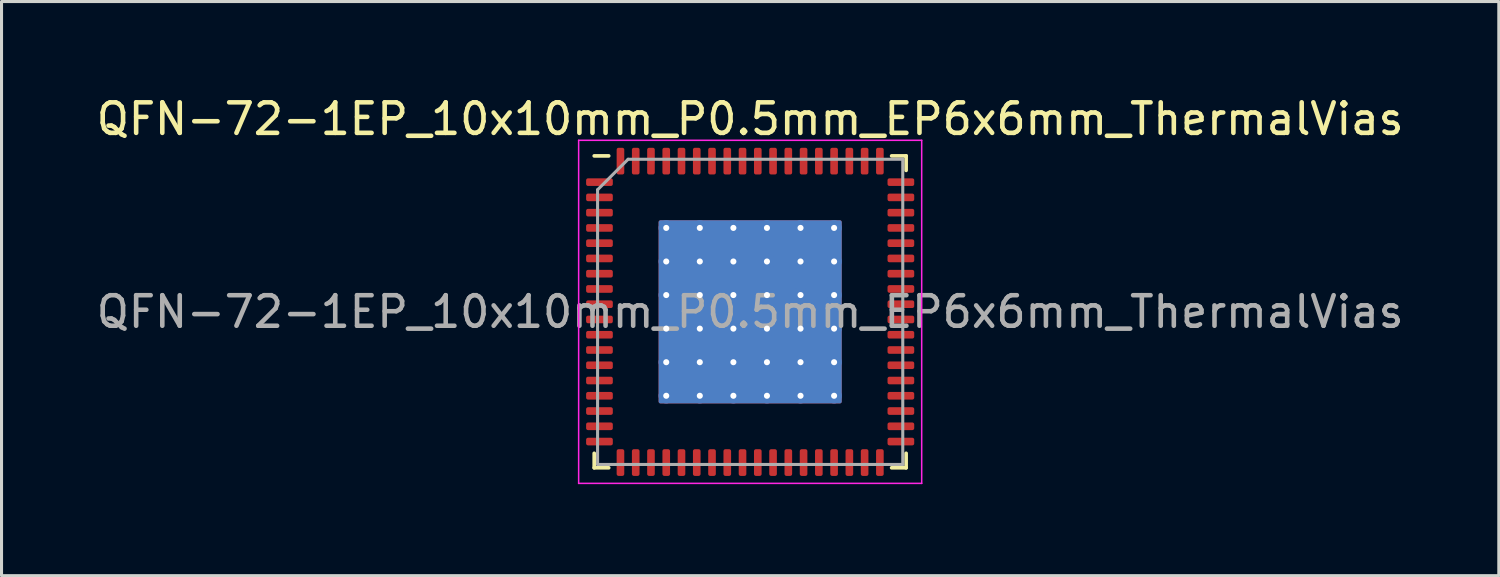
<source format=kicad_pcb>
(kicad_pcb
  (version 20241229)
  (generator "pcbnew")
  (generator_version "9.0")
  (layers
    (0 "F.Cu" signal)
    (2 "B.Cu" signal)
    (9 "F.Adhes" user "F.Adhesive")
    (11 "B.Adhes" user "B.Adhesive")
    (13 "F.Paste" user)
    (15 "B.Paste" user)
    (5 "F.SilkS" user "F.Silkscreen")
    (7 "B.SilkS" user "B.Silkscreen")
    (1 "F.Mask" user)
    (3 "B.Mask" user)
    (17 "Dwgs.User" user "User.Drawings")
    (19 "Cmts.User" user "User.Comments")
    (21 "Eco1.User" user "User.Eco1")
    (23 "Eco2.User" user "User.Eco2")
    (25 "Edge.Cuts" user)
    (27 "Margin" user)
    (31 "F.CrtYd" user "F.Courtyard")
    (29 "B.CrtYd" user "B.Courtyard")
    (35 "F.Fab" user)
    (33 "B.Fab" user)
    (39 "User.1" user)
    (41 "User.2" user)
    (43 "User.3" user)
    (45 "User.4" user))
  (footprint "QFN-72-1EP_10x10mm_P0.5mm_EP6x6mm_ThermalVias"
    (layer "F.Cu")
    (at 21.53 7.168)
    (property "Reference" "QFN-72-1EP_10x10mm_P0.5mm_EP6x6mm_ThermalVias" (at 0 -6.32 0) (layer "F.SilkS") (effects (font (size 1 1) (thickness 0.15))))
    (attr smd)
    (fp_line (start -5.11 5.11) (end -5.11 4.635) (stroke (width 0.12) (type solid)) (layer "F.SilkS"))
    (fp_line (start -4.635 -5.11) (end -5.11 -5.11) (stroke (width 0.12) (type solid)) (layer "F.SilkS"))
    (fp_line (start -4.635 5.11) (end -5.11 5.11) (stroke (width 0.12) (type solid)) (layer "F.SilkS"))
    (fp_line (start 4.635 -5.11) (end 5.11 -5.11) (stroke (width 0.12) (type solid)) (layer "F.SilkS"))
    (fp_line (start 4.635 5.11) (end 5.11 5.11) (stroke (width 0.12) (type solid)) (layer "F.SilkS"))
    (fp_line (start 5.11 -5.11) (end 5.11 -4.635) (stroke (width 0.12) (type solid)) (layer "F.SilkS"))
    (fp_line (start 5.11 5.11) (end 5.11 4.635) (stroke (width 0.12) (type solid)) (layer "F.SilkS"))
    (fp_line (start -5.62 -5.62) (end -5.62 5.62) (stroke (width 0.05) (type solid)) (layer "F.CrtYd"))
    (fp_line (start -5.62 5.62) (end 5.62 5.62) (stroke (width 0.05) (type solid)) (layer "F.CrtYd"))
    (fp_line (start 5.62 -5.62) (end -5.62 -5.62) (stroke (width 0.05) (type solid)) (layer "F.CrtYd"))
    (fp_line (start 5.62 5.62) (end 5.62 -5.62) (stroke (width 0.05) (type solid)) (layer "F.CrtYd"))
    (fp_line (start -5 -4) (end -4 -5) (stroke (width 0.1) (type solid)) (layer "F.Fab"))
    (fp_line (start -5 5) (end -5 -4) (stroke (width 0.1) (type solid)) (layer "F.Fab"))
    (fp_line (start -4 -5) (end 5 -5) (stroke (width 0.1) (type solid)) (layer "F.Fab"))
    (fp_line (start 5 -5) (end 5 5) (stroke (width 0.1) (type solid)) (layer "F.Fab"))
    (fp_line (start 5 5) (end -5 5) (stroke (width 0.1) (type solid)) (layer "F.Fab"))
    (fp_text user "${REFERENCE}" (at 0 0 0) (layer "F.Fab") (effects (font (size 1 1) (thickness 0.15))))
    (pad "" smd roundrect (at -2.2 -2.2) (size 0.93 0.93) (layers "F.Paste") (roundrect_rratio 0.25))
    (pad "" smd roundrect (at -2.2 -1.1) (size 0.93 0.93) (layers "F.Paste") (roundrect_rratio 0.25))
    (pad "" smd roundrect (at -2.2 0) (size 0.93 0.93) (layers "F.Paste") (roundrect_rratio 0.25))
    (pad "" smd roundrect (at -2.2 1.1) (size 0.93 0.93) (layers "F.Paste") (roundrect_rratio 0.25))
    (pad "" smd roundrect (at -2.2 2.2) (size 0.93 0.93) (layers "F.Paste") (roundrect_rratio 0.25))
    (pad "" smd roundrect (at -1.1 -2.2) (size 0.93 0.93) (layers "F.Paste") (roundrect_rratio 0.25))
    (pad "" smd roundrect (at -1.1 -1.1) (size 0.93 0.93) (layers "F.Paste") (roundrect_rratio 0.25))
    (pad "" smd roundrect (at -1.1 0) (size 0.93 0.93) (layers "F.Paste") (roundrect_rratio 0.25))
    (pad "" smd roundrect (at -1.1 1.1) (size 0.93 0.93) (layers "F.Paste") (roundrect_rratio 0.25))
    (pad "" smd roundrect (at -1.1 2.2) (size 0.93 0.93) (layers "F.Paste") (roundrect_rratio 0.25))
    (pad "" smd roundrect (at 0 -2.2) (size 0.93 0.93) (layers "F.Paste") (roundrect_rratio 0.25))
    (pad "" smd roundrect (at 0 -1.1) (size 0.93 0.93) (layers "F.Paste") (roundrect_rratio 0.25))
    (pad "" smd roundrect (at 0 0) (size 0.93 0.93) (layers "F.Paste") (roundrect_rratio 0.25))
    (pad "" smd roundrect (at 0 1.1) (size 0.93 0.93) (layers "F.Paste") (roundrect_rratio 0.25))
    (pad "" smd roundrect (at 0 2.2) (size 0.93 0.93) (layers "F.Paste") (roundrect_rratio 0.25))
    (pad "" smd roundrect (at 1.1 -2.2) (size 0.93 0.93) (layers "F.Paste") (roundrect_rratio 0.25))
    (pad "" smd roundrect (at 1.1 -1.1) (size 0.93 0.93) (layers "F.Paste") (roundrect_rratio 0.25))
    (pad "" smd roundrect (at 1.1 0) (size 0.93 0.93) (layers "F.Paste") (roundrect_rratio 0.25))
    (pad "" smd roundrect (at 1.1 1.1) (size 0.93 0.93) (layers "F.Paste") (roundrect_rratio 0.25))
    (pad "" smd roundrect (at 1.1 2.2) (size 0.93 0.93) (layers "F.Paste") (roundrect_rratio 0.25))
    (pad "" smd roundrect (at 2.2 -2.2) (size 0.93 0.93) (layers "F.Paste") (roundrect_rratio 0.25))
    (pad "" smd roundrect (at 2.2 -1.1) (size 0.93 0.93) (layers "F.Paste") (roundrect_rratio 0.25))
    (pad "" smd roundrect (at 2.2 0) (size 0.93 0.93) (layers "F.Paste") (roundrect_rratio 0.25))
    (pad "" smd roundrect (at 2.2 1.1) (size 0.93 0.93) (layers "F.Paste") (roundrect_rratio 0.25))
    (pad "" smd roundrect (at 2.2 2.2) (size 0.93 0.93) (layers "F.Paste") (roundrect_rratio 0.25))
    (pad "1" smd roundrect (at -4.938 -4.25) (size 0.875 0.25) (layers "F.Cu" "F.Mask" "F.Paste") (roundrect_rratio 0.25))
    (pad "2" smd roundrect (at -4.938 -3.75) (size 0.875 0.25) (layers "F.Cu" "F.Mask" "F.Paste") (roundrect_rratio 0.25))
    (pad "3" smd roundrect (at -4.938 -3.25) (size 0.875 0.25) (layers "F.Cu" "F.Mask" "F.Paste") (roundrect_rratio 0.25))
    (pad "4" smd roundrect (at -4.938 -2.75) (size 0.875 0.25) (layers "F.Cu" "F.Mask" "F.Paste") (roundrect_rratio 0.25))
    (pad "5" smd roundrect (at -4.938 -2.25) (size 0.875 0.25) (layers "F.Cu" "F.Mask" "F.Paste") (roundrect_rratio 0.25))
    (pad "6" smd roundrect (at -4.938 -1.75) (size 0.875 0.25) (layers "F.Cu" "F.Mask" "F.Paste") (roundrect_rratio 0.25))
    (pad "7" smd roundrect (at -4.938 -1.25) (size 0.875 0.25) (layers "F.Cu" "F.Mask" "F.Paste") (roundrect_rratio 0.25))
    (pad "8" smd roundrect (at -4.938 -0.75) (size 0.875 0.25) (layers "F.Cu" "F.Mask" "F.Paste") (roundrect_rratio 0.25))
    (pad "9" smd roundrect (at -4.938 -0.25) (size 0.875 0.25) (layers "F.Cu" "F.Mask" "F.Paste") (roundrect_rratio 0.25))
    (pad "10" smd roundrect (at -4.938 0.25) (size 0.875 0.25) (layers "F.Cu" "F.Mask" "F.Paste") (roundrect_rratio 0.25))
    (pad "11" smd roundrect (at -4.938 0.75) (size 0.875 0.25) (layers "F.Cu" "F.Mask" "F.Paste") (roundrect_rratio 0.25))
    (pad "12" smd roundrect (at -4.938 1.25) (size 0.875 0.25) (layers "F.Cu" "F.Mask" "F.Paste") (roundrect_rratio 0.25))
    (pad "13" smd roundrect (at -4.938 1.75) (size 0.875 0.25) (layers "F.Cu" "F.Mask" "F.Paste") (roundrect_rratio 0.25))
    (pad "14" smd roundrect (at -4.938 2.25) (size 0.875 0.25) (layers "F.Cu" "F.Mask" "F.Paste") (roundrect_rratio 0.25))
    (pad "15" smd roundrect (at -4.938 2.75) (size 0.875 0.25) (layers "F.Cu" "F.Mask" "F.Paste") (roundrect_rratio 0.25))
    (pad "16" smd roundrect (at -4.938 3.25) (size 0.875 0.25) (layers "F.Cu" "F.Mask" "F.Paste") (roundrect_rratio 0.25))
    (pad "17" smd roundrect (at -4.938 3.75) (size 0.875 0.25) (layers "F.Cu" "F.Mask" "F.Paste") (roundrect_rratio 0.25))
    (pad "18" smd roundrect (at -4.938 4.25) (size 0.875 0.25) (layers "F.Cu" "F.Mask" "F.Paste") (roundrect_rratio 0.25))
    (pad "19" smd roundrect (at -4.25 4.938) (size 0.25 0.875) (layers "F.Cu" "F.Mask" "F.Paste") (roundrect_rratio 0.25))
    (pad "20" smd roundrect (at -3.75 4.938) (size 0.25 0.875) (layers "F.Cu" "F.Mask" "F.Paste") (roundrect_rratio 0.25))
    (pad "21" smd roundrect (at -3.25 4.938) (size 0.25 0.875) (layers "F.Cu" "F.Mask" "F.Paste") (roundrect_rratio 0.25))
    (pad "22" smd roundrect (at -2.75 4.938) (size 0.25 0.875) (layers "F.Cu" "F.Mask" "F.Paste") (roundrect_rratio 0.25))
    (pad "23" smd roundrect (at -2.25 4.938) (size 0.25 0.875) (layers "F.Cu" "F.Mask" "F.Paste") (roundrect_rratio 0.25))
    (pad "24" smd roundrect (at -1.75 4.938) (size 0.25 0.875) (layers "F.Cu" "F.Mask" "F.Paste") (roundrect_rratio 0.25))
    (pad "25" smd roundrect (at -1.25 4.938) (size 0.25 0.875) (layers "F.Cu" "F.Mask" "F.Paste") (roundrect_rratio 0.25))
    (pad "26" smd roundrect (at -0.75 4.938) (size 0.25 0.875) (layers "F.Cu" "F.Mask" "F.Paste") (roundrect_rratio 0.25))
    (pad "27" smd roundrect (at -0.25 4.938) (size 0.25 0.875) (layers "F.Cu" "F.Mask" "F.Paste") (roundrect_rratio 0.25))
    (pad "28" smd roundrect (at 0.25 4.938) (size 0.25 0.875) (layers "F.Cu" "F.Mask" "F.Paste") (roundrect_rratio 0.25))
    (pad "29" smd roundrect (at 0.75 4.938) (size 0.25 0.875) (layers "F.Cu" "F.Mask" "F.Paste") (roundrect_rratio 0.25))
    (pad "30" smd roundrect (at 1.25 4.938) (size 0.25 0.875) (layers "F.Cu" "F.Mask" "F.Paste") (roundrect_rratio 0.25))
    (pad "31" smd roundrect (at 1.75 4.938) (size 0.25 0.875) (layers "F.Cu" "F.Mask" "F.Paste") (roundrect_rratio 0.25))
    (pad "32" smd roundrect (at 2.25 4.938) (size 0.25 0.875) (layers "F.Cu" "F.Mask" "F.Paste") (roundrect_rratio 0.25))
    (pad "33" smd roundrect (at 2.75 4.938) (size 0.25 0.875) (layers "F.Cu" "F.Mask" "F.Paste") (roundrect_rratio 0.25))
    (pad "34" smd roundrect (at 3.25 4.938) (size 0.25 0.875) (layers "F.Cu" "F.Mask" "F.Paste") (roundrect_rratio 0.25))
    (pad "35" smd roundrect (at 3.75 4.938) (size 0.25 0.875) (layers "F.Cu" "F.Mask" "F.Paste") (roundrect_rratio 0.25))
    (pad "36" smd roundrect (at 4.25 4.938) (size 0.25 0.875) (layers "F.Cu" "F.Mask" "F.Paste") (roundrect_rratio 0.25))
    (pad "37" smd roundrect (at 4.938 4.25) (size 0.875 0.25) (layers "F.Cu" "F.Mask" "F.Paste") (roundrect_rratio 0.25))
    (pad "38" smd roundrect (at 4.938 3.75) (size 0.875 0.25) (layers "F.Cu" "F.Mask" "F.Paste") (roundrect_rratio 0.25))
    (pad "39" smd roundrect (at 4.938 3.25) (size 0.875 0.25) (layers "F.Cu" "F.Mask" "F.Paste") (roundrect_rratio 0.25))
    (pad "40" smd roundrect (at 4.938 2.75) (size 0.875 0.25) (layers "F.Cu" "F.Mask" "F.Paste") (roundrect_rratio 0.25))
    (pad "41" smd roundrect (at 4.938 2.25) (size 0.875 0.25) (layers "F.Cu" "F.Mask" "F.Paste") (roundrect_rratio 0.25))
    (pad "42" smd roundrect (at 4.938 1.75) (size 0.875 0.25) (layers "F.Cu" "F.Mask" "F.Paste") (roundrect_rratio 0.25))
    (pad "43" smd roundrect (at 4.938 1.25) (size 0.875 0.25) (layers "F.Cu" "F.Mask" "F.Paste") (roundrect_rratio 0.25))
    (pad "44" smd roundrect (at 4.938 0.75) (size 0.875 0.25) (layers "F.Cu" "F.Mask" "F.Paste") (roundrect_rratio 0.25))
    (pad "45" smd roundrect (at 4.938 0.25) (size 0.875 0.25) (layers "F.Cu" "F.Mask" "F.Paste") (roundrect_rratio 0.25))
    (pad "46" smd roundrect (at 4.938 -0.25) (size 0.875 0.25) (layers "F.Cu" "F.Mask" "F.Paste") (roundrect_rratio 0.25))
    (pad "47" smd roundrect (at 4.938 -0.75) (size 0.875 0.25) (layers "F.Cu" "F.Mask" "F.Paste") (roundrect_rratio 0.25))
    (pad "48" smd roundrect (at 4.938 -1.25) (size 0.875 0.25) (layers "F.Cu" "F.Mask" "F.Paste") (roundrect_rratio 0.25))
    (pad "49" smd roundrect (at 4.938 -1.75) (size 0.875 0.25) (layers "F.Cu" "F.Mask" "F.Paste") (roundrect_rratio 0.25))
    (pad "50" smd roundrect (at 4.938 -2.25) (size 0.875 0.25) (layers "F.Cu" "F.Mask" "F.Paste") (roundrect_rratio 0.25))
    (pad "51" smd roundrect (at 4.938 -2.75) (size 0.875 0.25) (layers "F.Cu" "F.Mask" "F.Paste") (roundrect_rratio 0.25))
    (pad "52" smd roundrect (at 4.938 -3.25) (size 0.875 0.25) (layers "F.Cu" "F.Mask" "F.Paste") (roundrect_rratio 0.25))
    (pad "53" smd roundrect (at 4.938 -3.75) (size 0.875 0.25) (layers "F.Cu" "F.Mask" "F.Paste") (roundrect_rratio 0.25))
    (pad "54" smd roundrect (at 4.938 -4.25) (size 0.875 0.25) (layers "F.Cu" "F.Mask" "F.Paste") (roundrect_rratio 0.25))
    (pad "55" smd roundrect (at 4.25 -4.938) (size 0.25 0.875) (layers "F.Cu" "F.Mask" "F.Paste") (roundrect_rratio 0.25))
    (pad "56" smd roundrect (at 3.75 -4.938) (size 0.25 0.875) (layers "F.Cu" "F.Mask" "F.Paste") (roundrect_rratio 0.25))
    (pad "57" smd roundrect (at 3.25 -4.938) (size 0.25 0.875) (layers "F.Cu" "F.Mask" "F.Paste") (roundrect_rratio 0.25))
    (pad "58" smd roundrect (at 2.75 -4.938) (size 0.25 0.875) (layers "F.Cu" "F.Mask" "F.Paste") (roundrect_rratio 0.25))
    (pad "59" smd roundrect (at 2.25 -4.938) (size 0.25 0.875) (layers "F.Cu" "F.Mask" "F.Paste") (roundrect_rratio 0.25))
    (pad "60" smd roundrect (at 1.75 -4.938) (size 0.25 0.875) (layers "F.Cu" "F.Mask" "F.Paste") (roundrect_rratio 0.25))
    (pad "61" smd roundrect (at 1.25 -4.938) (size 0.25 0.875) (layers "F.Cu" "F.Mask" "F.Paste") (roundrect_rratio 0.25))
    (pad "62" smd roundrect (at 0.75 -4.938) (size 0.25 0.875) (layers "F.Cu" "F.Mask" "F.Paste") (roundrect_rratio 0.25))
    (pad "63" smd roundrect (at 0.25 -4.938) (size 0.25 0.875) (layers "F.Cu" "F.Mask" "F.Paste") (roundrect_rratio 0.25))
    (pad "64" smd roundrect (at -0.25 -4.938) (size 0.25 0.875) (layers "F.Cu" "F.Mask" "F.Paste") (roundrect_rratio 0.25))
    (pad "65" smd roundrect (at -0.75 -4.938) (size 0.25 0.875) (layers "F.Cu" "F.Mask" "F.Paste") (roundrect_rratio 0.25))
    (pad "66" smd roundrect (at -1.25 -4.938) (size 0.25 0.875) (layers "F.Cu" "F.Mask" "F.Paste") (roundrect_rratio 0.25))
    (pad "67" smd roundrect (at -1.75 -4.938) (size 0.25 0.875) (layers "F.Cu" "F.Mask" "F.Paste") (roundrect_rratio 0.25))
    (pad "68" smd roundrect (at -2.25 -4.938) (size 0.25 0.875) (layers "F.Cu" "F.Mask" "F.Paste") (roundrect_rratio 0.25))
    (pad "69" smd roundrect (at -2.75 -4.938) (size 0.25 0.875) (layers "F.Cu" "F.Mask" "F.Paste") (roundrect_rratio 0.25))
    (pad "70" smd roundrect (at -3.25 -4.938) (size 0.25 0.875) (layers "F.Cu" "F.Mask" "F.Paste") (roundrect_rratio 0.25))
    (pad "71" smd roundrect (at -3.75 -4.938) (size 0.25 0.875) (layers "F.Cu" "F.Mask" "F.Paste") (roundrect_rratio 0.25))
    (pad "72" smd roundrect (at -4.25 -4.938) (size 0.25 0.875) (layers "F.Cu" "F.Mask" "F.Paste") (roundrect_rratio 0.25))
    (pad "73" thru_hole circle (at -2.75 -2.75) (size 0.5 0.5) (drill 0.2) (layers "*.Cu"))
    (pad "73" thru_hole circle (at -2.75 -1.65) (size 0.5 0.5) (drill 0.2) (layers "*.Cu"))
    (pad "73" thru_hole circle (at -2.75 -0.55) (size 0.5 0.5) (drill 0.2) (layers "*.Cu"))
    (pad "73" thru_hole circle (at -2.75 0.55) (size 0.5 0.5) (drill 0.2) (layers "*.Cu"))
    (pad "73" thru_hole circle (at -2.75 1.65) (size 0.5 0.5) (drill 0.2) (layers "*.Cu"))
    (pad "73" thru_hole circle (at -2.75 2.75) (size 0.5 0.5) (drill 0.2) (layers "*.Cu"))
    (pad "73" thru_hole circle (at -1.65 -2.75) (size 0.5 0.5) (drill 0.2) (layers "*.Cu"))
    (pad "73" thru_hole circle (at -1.65 -1.65) (size 0.5 0.5) (drill 0.2) (layers "*.Cu"))
    (pad "73" thru_hole circle (at -1.65 -0.55) (size 0.5 0.5) (drill 0.2) (layers "*.Cu"))
    (pad "73" thru_hole circle (at -1.65 0.55) (size 0.5 0.5) (drill 0.2) (layers "*.Cu"))
    (pad "73" thru_hole circle (at -1.65 1.65) (size 0.5 0.5) (drill 0.2) (layers "*.Cu"))
    (pad "73" thru_hole circle (at -1.65 2.75) (size 0.5 0.5) (drill 0.2) (layers "*.Cu"))
    (pad "73" thru_hole circle (at -0.55 -2.75) (size 0.5 0.5) (drill 0.2) (layers "*.Cu"))
    (pad "73" thru_hole circle (at -0.55 -1.65) (size 0.5 0.5) (drill 0.2) (layers "*.Cu"))
    (pad "73" thru_hole circle (at -0.55 -0.55) (size 0.5 0.5) (drill 0.2) (layers "*.Cu"))
    (pad "73" thru_hole circle (at -0.55 0.55) (size 0.5 0.5) (drill 0.2) (layers "*.Cu"))
    (pad "73" thru_hole circle (at -0.55 1.65) (size 0.5 0.5) (drill 0.2) (layers "*.Cu"))
    (pad "73" thru_hole circle (at -0.55 2.75) (size 0.5 0.5) (drill 0.2) (layers "*.Cu"))
    (pad "73" smd roundrect (at 0 0) (size 6 6) (layers "F.Cu" "F.Mask") (roundrect_rratio 0.01))
    (pad "73" smd roundrect (at 0 0) (size 6 6) (layers "B.Cu") (roundrect_rratio 0.01))
    (pad "73" thru_hole circle (at 0.55 -2.75) (size 0.5 0.5) (drill 0.2) (layers "*.Cu"))
    (pad "73" thru_hole circle (at 0.55 -1.65) (size 0.5 0.5) (drill 0.2) (layers "*.Cu"))
    (pad "73" thru_hole circle (at 0.55 -0.55) (size 0.5 0.5) (drill 0.2) (layers "*.Cu"))
    (pad "73" thru_hole circle (at 0.55 0.55) (size 0.5 0.5) (drill 0.2) (layers "*.Cu"))
    (pad "73" thru_hole circle (at 0.55 1.65) (size 0.5 0.5) (drill 0.2) (layers "*.Cu"))
    (pad "73" thru_hole circle (at 0.55 2.75) (size 0.5 0.5) (drill 0.2) (layers "*.Cu"))
    (pad "73" thru_hole circle (at 1.65 -2.75) (size 0.5 0.5) (drill 0.2) (layers "*.Cu"))
    (pad "73" thru_hole circle (at 1.65 -1.65) (size 0.5 0.5) (drill 0.2) (layers "*.Cu"))
    (pad "73" thru_hole circle (at 1.65 -0.55) (size 0.5 0.5) (drill 0.2) (layers "*.Cu"))
    (pad "73" thru_hole circle (at 1.65 0.55) (size 0.5 0.5) (drill 0.2) (layers "*.Cu"))
    (pad "73" thru_hole circle (at 1.65 1.65) (size 0.5 0.5) (drill 0.2) (layers "*.Cu"))
    (pad "73" thru_hole circle (at 1.65 2.75) (size 0.5 0.5) (drill 0.2) (layers "*.Cu"))
    (pad "73" thru_hole circle (at 2.75 -2.75) (size 0.5 0.5) (drill 0.2) (layers "*.Cu"))
    (pad "73" thru_hole circle (at 2.75 -1.65) (size 0.5 0.5) (drill 0.2) (layers "*.Cu"))
    (pad "73" thru_hole circle (at 2.75 -0.55) (size 0.5 0.5) (drill 0.2) (layers "*.Cu"))
    (pad "73" thru_hole circle (at 2.75 0.55) (size 0.5 0.5) (drill 0.2) (layers "*.Cu"))
    (pad "73" thru_hole circle (at 2.75 1.65) (size 0.5 0.5) (drill 0.2) (layers "*.Cu"))
    (pad "73" thru_hole circle (at 2.75 2.75) (size 0.5 0.5) (drill 0.2) (layers "*.Cu")))
  (gr_rect
    (start -3 -3)
    (end 46.06 15.813)
    (stroke (width 0.1) (type default))
    (fill no)
    (layer "Edge.Cuts")))
</source>
